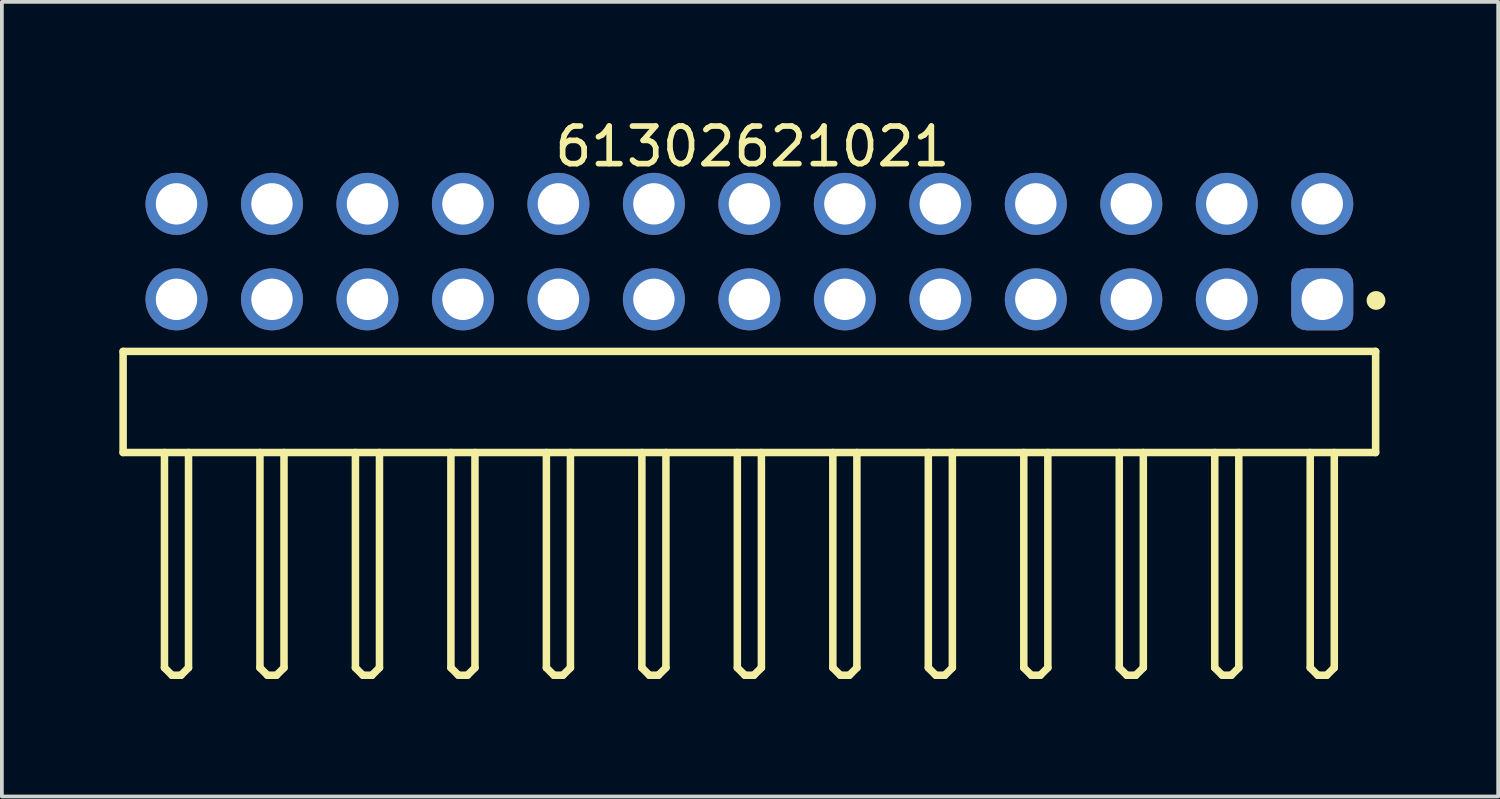
<source format=kicad_pcb>
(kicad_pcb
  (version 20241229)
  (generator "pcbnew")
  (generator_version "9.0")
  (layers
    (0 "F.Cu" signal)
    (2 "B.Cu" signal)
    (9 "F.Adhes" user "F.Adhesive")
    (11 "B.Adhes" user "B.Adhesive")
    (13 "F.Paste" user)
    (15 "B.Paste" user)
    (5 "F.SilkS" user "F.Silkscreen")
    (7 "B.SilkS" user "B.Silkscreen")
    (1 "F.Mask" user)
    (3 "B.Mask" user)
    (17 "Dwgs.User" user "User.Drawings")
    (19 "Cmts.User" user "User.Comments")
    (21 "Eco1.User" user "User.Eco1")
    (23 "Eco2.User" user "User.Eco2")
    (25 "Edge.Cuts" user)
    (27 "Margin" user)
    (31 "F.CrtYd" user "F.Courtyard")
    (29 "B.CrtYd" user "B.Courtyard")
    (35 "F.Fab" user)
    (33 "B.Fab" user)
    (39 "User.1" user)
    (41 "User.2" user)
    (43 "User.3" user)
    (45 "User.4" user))
  (footprint "61302621021"
    (layer "F.Cu")
    (at 16.885 7.643)
    (property "Reference" "61302621021" (at 0.08 -6.795 0) (layer "F.SilkS") (effects (font (size 1 1) (thickness 0.15))))
    (fp_line (start -16.66 -1.345) (end 16.66 -1.345) (stroke (width 0.2) (type solid)) (layer "F.SilkS"))
    (fp_line (start -16.66 1.345) (end -16.66 -1.345) (stroke (width 0.2) (type solid)) (layer "F.SilkS"))
    (fp_line (start -16.66 1.345) (end 16.66 1.345) (stroke (width 0.2) (type solid)) (layer "F.SilkS"))
    (fp_line (start -15.56 7.07) (end -15.56 1.345) (stroke (width 0.2) (type solid)) (layer "F.SilkS"))
    (fp_line (start -15.56 7.07) (end -15.36 7.27) (stroke (width 0.2) (type solid)) (layer "F.SilkS"))
    (fp_line (start -15.36 7.27) (end -15.12 7.27) (stroke (width 0.2) (type solid)) (layer "F.SilkS"))
    (fp_line (start -15.12 7.27) (end -14.92 7.07) (stroke (width 0.2) (type solid)) (layer "F.SilkS"))
    (fp_line (start -14.92 7.07) (end -14.92 1.345) (stroke (width 0.2) (type solid)) (layer "F.SilkS"))
    (fp_line (start -13.02 7.07) (end -13.02 1.345) (stroke (width 0.2) (type solid)) (layer "F.SilkS"))
    (fp_line (start -13.02 7.07) (end -12.82 7.27) (stroke (width 0.2) (type solid)) (layer "F.SilkS"))
    (fp_line (start -12.82 7.27) (end -12.58 7.27) (stroke (width 0.2) (type solid)) (layer "F.SilkS"))
    (fp_line (start -12.58 7.27) (end -12.38 7.07) (stroke (width 0.2) (type solid)) (layer "F.SilkS"))
    (fp_line (start -12.38 7.07) (end -12.38 1.345) (stroke (width 0.2) (type solid)) (layer "F.SilkS"))
    (fp_line (start -10.48 7.07) (end -10.48 1.345) (stroke (width 0.2) (type solid)) (layer "F.SilkS"))
    (fp_line (start -10.48 7.07) (end -10.28 7.27) (stroke (width 0.2) (type solid)) (layer "F.SilkS"))
    (fp_line (start -10.28 7.27) (end -10.04 7.27) (stroke (width 0.2) (type solid)) (layer "F.SilkS"))
    (fp_line (start -10.04 7.27) (end -9.84 7.07) (stroke (width 0.2) (type solid)) (layer "F.SilkS"))
    (fp_line (start -9.84 7.07) (end -9.84 1.345) (stroke (width 0.2) (type solid)) (layer "F.SilkS"))
    (fp_line (start -7.94 7.07) (end -7.94 1.345) (stroke (width 0.2) (type solid)) (layer "F.SilkS"))
    (fp_line (start -7.94 7.07) (end -7.74 7.27) (stroke (width 0.2) (type solid)) (layer "F.SilkS"))
    (fp_line (start -7.74 7.27) (end -7.5 7.27) (stroke (width 0.2) (type solid)) (layer "F.SilkS"))
    (fp_line (start -7.5 7.27) (end -7.3 7.07) (stroke (width 0.2) (type solid)) (layer "F.SilkS"))
    (fp_line (start -7.3 7.07) (end -7.3 1.345) (stroke (width 0.2) (type solid)) (layer "F.SilkS"))
    (fp_line (start -5.4 7.07) (end -5.4 1.345) (stroke (width 0.2) (type solid)) (layer "F.SilkS"))
    (fp_line (start -5.4 7.07) (end -5.2 7.27) (stroke (width 0.2) (type solid)) (layer "F.SilkS"))
    (fp_line (start -5.2 7.27) (end -4.96 7.27) (stroke (width 0.2) (type solid)) (layer "F.SilkS"))
    (fp_line (start -4.96 7.27) (end -4.76 7.07) (stroke (width 0.2) (type solid)) (layer "F.SilkS"))
    (fp_line (start -4.76 7.07) (end -4.76 1.345) (stroke (width 0.2) (type solid)) (layer "F.SilkS"))
    (fp_line (start -2.86 7.07) (end -2.86 1.345) (stroke (width 0.2) (type solid)) (layer "F.SilkS"))
    (fp_line (start -2.86 7.07) (end -2.66 7.27) (stroke (width 0.2) (type solid)) (layer "F.SilkS"))
    (fp_line (start -2.66 7.27) (end -2.42 7.27) (stroke (width 0.2) (type solid)) (layer "F.SilkS"))
    (fp_line (start -2.42 7.27) (end -2.22 7.07) (stroke (width 0.2) (type solid)) (layer "F.SilkS"))
    (fp_line (start -2.22 7.07) (end -2.22 1.345) (stroke (width 0.2) (type solid)) (layer "F.SilkS"))
    (fp_line (start -0.32 7.07) (end -0.32 1.345) (stroke (width 0.2) (type solid)) (layer "F.SilkS"))
    (fp_line (start -0.32 7.07) (end -0.12 7.27) (stroke (width 0.2) (type solid)) (layer "F.SilkS"))
    (fp_line (start -0.12 7.27) (end 0.12 7.27) (stroke (width 0.2) (type solid)) (layer "F.SilkS"))
    (fp_line (start 0.12 7.27) (end 0.32 7.07) (stroke (width 0.2) (type solid)) (layer "F.SilkS"))
    (fp_line (start 0.32 7.07) (end 0.32 1.345) (stroke (width 0.2) (type solid)) (layer "F.SilkS"))
    (fp_line (start 2.22 7.07) (end 2.22 1.345) (stroke (width 0.2) (type solid)) (layer "F.SilkS"))
    (fp_line (start 2.22 7.07) (end 2.42 7.27) (stroke (width 0.2) (type solid)) (layer "F.SilkS"))
    (fp_line (start 2.42 7.27) (end 2.66 7.27) (stroke (width 0.2) (type solid)) (layer "F.SilkS"))
    (fp_line (start 2.66 7.27) (end 2.86 7.07) (stroke (width 0.2) (type solid)) (layer "F.SilkS"))
    (fp_line (start 2.86 7.07) (end 2.86 1.345) (stroke (width 0.2) (type solid)) (layer "F.SilkS"))
    (fp_line (start 4.76 7.07) (end 4.76 1.345) (stroke (width 0.2) (type solid)) (layer "F.SilkS"))
    (fp_line (start 4.76 7.07) (end 4.96 7.27) (stroke (width 0.2) (type solid)) (layer "F.SilkS"))
    (fp_line (start 4.96 7.27) (end 5.2 7.27) (stroke (width 0.2) (type solid)) (layer "F.SilkS"))
    (fp_line (start 5.2 7.27) (end 5.4 7.07) (stroke (width 0.2) (type solid)) (layer "F.SilkS"))
    (fp_line (start 5.4 7.07) (end 5.4 1.345) (stroke (width 0.2) (type solid)) (layer "F.SilkS"))
    (fp_line (start 7.3 7.07) (end 7.3 1.345) (stroke (width 0.2) (type solid)) (layer "F.SilkS"))
    (fp_line (start 7.3 7.07) (end 7.5 7.27) (stroke (width 0.2) (type solid)) (layer "F.SilkS"))
    (fp_line (start 7.5 7.27) (end 7.74 7.27) (stroke (width 0.2) (type solid)) (layer "F.SilkS"))
    (fp_line (start 7.74 7.27) (end 7.94 7.07) (stroke (width 0.2) (type solid)) (layer "F.SilkS"))
    (fp_line (start 7.94 7.07) (end 7.94 1.345) (stroke (width 0.2) (type solid)) (layer "F.SilkS"))
    (fp_line (start 9.84 7.07) (end 9.84 1.345) (stroke (width 0.2) (type solid)) (layer "F.SilkS"))
    (fp_line (start 9.84 7.07) (end 10.04 7.27) (stroke (width 0.2) (type solid)) (layer "F.SilkS"))
    (fp_line (start 10.04 7.27) (end 10.28 7.27) (stroke (width 0.2) (type solid)) (layer "F.SilkS"))
    (fp_line (start 10.28 7.27) (end 10.48 7.07) (stroke (width 0.2) (type solid)) (layer "F.SilkS"))
    (fp_line (start 10.48 7.07) (end 10.48 1.345) (stroke (width 0.2) (type solid)) (layer "F.SilkS"))
    (fp_line (start 12.38 7.07) (end 12.38 1.345) (stroke (width 0.2) (type solid)) (layer "F.SilkS"))
    (fp_line (start 12.38 7.07) (end 12.58 7.27) (stroke (width 0.2) (type solid)) (layer "F.SilkS"))
    (fp_line (start 12.58 7.27) (end 12.82 7.27) (stroke (width 0.2) (type solid)) (layer "F.SilkS"))
    (fp_line (start 12.82 7.27) (end 13.02 7.07) (stroke (width 0.2) (type solid)) (layer "F.SilkS"))
    (fp_line (start 13.02 7.07) (end 13.02 1.345) (stroke (width 0.2) (type solid)) (layer "F.SilkS"))
    (fp_line (start 14.92 7.07) (end 14.92 1.345) (stroke (width 0.2) (type solid)) (layer "F.SilkS"))
    (fp_line (start 14.92 7.07) (end 15.12 7.27) (stroke (width 0.2) (type solid)) (layer "F.SilkS"))
    (fp_line (start 15.12 7.27) (end 15.36 7.27) (stroke (width 0.2) (type solid)) (layer "F.SilkS"))
    (fp_line (start 15.36 7.27) (end 15.56 7.07) (stroke (width 0.2) (type solid)) (layer "F.SilkS"))
    (fp_line (start 15.56 7.07) (end 15.56 1.345) (stroke (width 0.2) (type solid)) (layer "F.SilkS"))
    (fp_line (start 16.66 1.345) (end 16.66 -1.345) (stroke (width 0.2) (type solid)) (layer "F.SilkS"))
    (fp_circle (center 16.67 -2.7) (end 16.67 -2.825) (stroke (width 0.25) (type solid)) (fill no) (layer "F.SilkS"))
    (fp_line (start -16.86 -6.295) (end 16.86 -6.295) (stroke (width 0.05) (type solid)) (layer "Eco2.User"))
    (fp_line (start -16.86 7.47) (end -16.86 -6.295) (stroke (width 0.05) (type solid)) (layer "Eco2.User"))
    (fp_line (start -16.86 7.47) (end 16.86 7.47) (stroke (width 0.05) (type solid)) (layer "Eco2.User"))
    (fp_line (start -16.51 -1.27) (end 16.51 -1.27) (stroke (width 0.1) (type solid)) (layer "Eco2.User"))
    (fp_line (start -16.51 1.27) (end -16.51 -1.27) (stroke (width 0.1) (type solid)) (layer "Eco2.User"))
    (fp_line (start -16.51 1.27) (end 16.51 1.27) (stroke (width 0.1) (type solid)) (layer "Eco2.User"))
    (fp_line (start -15.56 -5.63) (end -14.92 -5.63) (stroke (width 0.1) (type solid)) (layer "Eco2.User"))
    (fp_line (start -15.56 -3.09) (end -14.92 -3.09) (stroke (width 0.1) (type solid)) (layer "Eco2.User"))
    (fp_line (start -15.56 -1.27) (end -15.56 -5.63) (stroke (width 0.1) (type solid)) (layer "Eco2.User"))
    (fp_line (start -15.56 7.07) (end -15.56 1.27) (stroke (width 0.1) (type solid)) (layer "Eco2.User"))
    (fp_line (start -15.56 7.07) (end -15.36 7.27) (stroke (width 0.1) (type solid)) (layer "Eco2.User"))
    (fp_line (start -15.36 7.27) (end -15.12 7.27) (stroke (width 0.1) (type solid)) (layer "Eco2.User"))
    (fp_line (start -15.12 7.27) (end -14.92 7.07) (stroke (width 0.1) (type solid)) (layer "Eco2.User"))
    (fp_line (start -14.92 -1.27) (end -14.92 -5.63) (stroke (width 0.1) (type solid)) (layer "Eco2.User"))
    (fp_line (start -14.92 7.07) (end -14.92 1.27) (stroke (width 0.1) (type solid)) (layer "Eco2.User"))
    (fp_line (start -13.02 -5.63) (end -12.38 -5.63) (stroke (width 0.1) (type solid)) (layer "Eco2.User"))
    (fp_line (start -13.02 -3.09) (end -12.38 -3.09) (stroke (width 0.1) (type solid)) (layer "Eco2.User"))
    (fp_line (start -13.02 -1.27) (end -13.02 -5.63) (stroke (width 0.1) (type solid)) (layer "Eco2.User"))
    (fp_line (start -13.02 7.07) (end -13.02 1.27) (stroke (width 0.1) (type solid)) (layer "Eco2.User"))
    (fp_line (start -13.02 7.07) (end -12.82 7.27) (stroke (width 0.1) (type solid)) (layer "Eco2.User"))
    (fp_line (start -12.82 7.27) (end -12.58 7.27) (stroke (width 0.1) (type solid)) (layer "Eco2.User"))
    (fp_line (start -12.58 7.27) (end -12.38 7.07) (stroke (width 0.1) (type solid)) (layer "Eco2.User"))
    (fp_line (start -12.38 -1.27) (end -12.38 -5.63) (stroke (width 0.1) (type solid)) (layer "Eco2.User"))
    (fp_line (start -12.38 7.07) (end -12.38 1.27) (stroke (width 0.1) (type solid)) (layer "Eco2.User"))
    (fp_line (start -10.48 -5.63) (end -9.84 -5.63) (stroke (width 0.1) (type solid)) (layer "Eco2.User"))
    (fp_line (start -10.48 -3.09) (end -9.84 -3.09) (stroke (width 0.1) (type solid)) (layer "Eco2.User"))
    (fp_line (start -10.48 -1.27) (end -10.48 -5.63) (stroke (width 0.1) (type solid)) (layer "Eco2.User"))
    (fp_line (start -10.48 7.07) (end -10.48 1.27) (stroke (width 0.1) (type solid)) (layer "Eco2.User"))
    (fp_line (start -10.48 7.07) (end -10.28 7.27) (stroke (width 0.1) (type solid)) (layer "Eco2.User"))
    (fp_line (start -10.28 7.27) (end -10.04 7.27) (stroke (width 0.1) (type solid)) (layer "Eco2.User"))
    (fp_line (start -10.04 7.27) (end -9.84 7.07) (stroke (width 0.1) (type solid)) (layer "Eco2.User"))
    (fp_line (start -9.84 -1.27) (end -9.84 -5.63) (stroke (width 0.1) (type solid)) (layer "Eco2.User"))
    (fp_line (start -9.84 7.07) (end -9.84 1.27) (stroke (width 0.1) (type solid)) (layer "Eco2.User"))
    (fp_line (start -7.94 -5.63) (end -7.3 -5.63) (stroke (width 0.1) (type solid)) (layer "Eco2.User"))
    (fp_line (start -7.94 -3.09) (end -7.3 -3.09) (stroke (width 0.1) (type solid)) (layer "Eco2.User"))
    (fp_line (start -7.94 -1.27) (end -7.94 -5.63) (stroke (width 0.1) (type solid)) (layer "Eco2.User"))
    (fp_line (start -7.94 7.07) (end -7.94 1.27) (stroke (width 0.1) (type solid)) (layer "Eco2.User"))
    (fp_line (start -7.94 7.07) (end -7.74 7.27) (stroke (width 0.1) (type solid)) (layer "Eco2.User"))
    (fp_line (start -7.74 7.27) (end -7.5 7.27) (stroke (width 0.1) (type solid)) (layer "Eco2.User"))
    (fp_line (start -7.5 7.27) (end -7.3 7.07) (stroke (width 0.1) (type solid)) (layer "Eco2.User"))
    (fp_line (start -7.3 -1.27) (end -7.3 -5.63) (stroke (width 0.1) (type solid)) (layer "Eco2.User"))
    (fp_line (start -7.3 7.07) (end -7.3 1.27) (stroke (width 0.1) (type solid)) (layer "Eco2.User"))
    (fp_line (start -5.4 -5.63) (end -4.76 -5.63) (stroke (width 0.1) (type solid)) (layer "Eco2.User"))
    (fp_line (start -5.4 -3.09) (end -4.76 -3.09) (stroke (width 0.1) (type solid)) (layer "Eco2.User"))
    (fp_line (start -5.4 -1.27) (end -5.4 -5.63) (stroke (width 0.1) (type solid)) (layer "Eco2.User"))
    (fp_line (start -5.4 7.07) (end -5.4 1.27) (stroke (width 0.1) (type solid)) (layer "Eco2.User"))
    (fp_line (start -5.4 7.07) (end -5.2 7.27) (stroke (width 0.1) (type solid)) (layer "Eco2.User"))
    (fp_line (start -5.2 7.27) (end -4.96 7.27) (stroke (width 0.1) (type solid)) (layer "Eco2.User"))
    (fp_line (start -4.96 7.27) (end -4.76 7.07) (stroke (width 0.1) (type solid)) (layer "Eco2.User"))
    (fp_line (start -4.76 -1.27) (end -4.76 -5.63) (stroke (width 0.1) (type solid)) (layer "Eco2.User"))
    (fp_line (start -4.76 7.07) (end -4.76 1.27) (stroke (width 0.1) (type solid)) (layer "Eco2.User"))
    (fp_line (start -2.86 -5.63) (end -2.22 -5.63) (stroke (width 0.1) (type solid)) (layer "Eco2.User"))
    (fp_line (start -2.86 -3.09) (end -2.22 -3.09) (stroke (width 0.1) (type solid)) (layer "Eco2.User"))
    (fp_line (start -2.86 -1.27) (end -2.86 -5.63) (stroke (width 0.1) (type solid)) (layer "Eco2.User"))
    (fp_line (start -2.86 7.07) (end -2.86 1.27) (stroke (width 0.1) (type solid)) (layer "Eco2.User"))
    (fp_line (start -2.86 7.07) (end -2.66 7.27) (stroke (width 0.1) (type solid)) (layer "Eco2.User"))
    (fp_line (start -2.66 7.27) (end -2.42 7.27) (stroke (width 0.1) (type solid)) (layer "Eco2.User"))
    (fp_line (start -2.42 7.27) (end -2.22 7.07) (stroke (width 0.1) (type solid)) (layer "Eco2.User"))
    (fp_line (start -2.22 -1.27) (end -2.22 -5.63) (stroke (width 0.1) (type solid)) (layer "Eco2.User"))
    (fp_line (start -2.22 7.07) (end -2.22 1.27) (stroke (width 0.1) (type solid)) (layer "Eco2.User"))
    (fp_line (start -0.5 0) (end 0.5 0) (stroke (width 0.05) (type solid)) (layer "Eco2.User"))
    (fp_line (start -0.32 -5.63) (end 0.32 -5.63) (stroke (width 0.1) (type solid)) (layer "Eco2.User"))
    (fp_line (start -0.32 -3.09) (end 0.32 -3.09) (stroke (width 0.1) (type solid)) (layer "Eco2.User"))
    (fp_line (start -0.32 -3.09) (end 0.32 -3.09) (stroke (width 0.1) (type solid)) (layer "Eco2.User"))
    (fp_line (start -0.32 -1.27) (end -0.32 -5.63) (stroke (width 0.1) (type solid)) (layer "Eco2.User"))
    (fp_line (start -0.32 7.07) (end -0.32 1.27) (stroke (width 0.1) (type solid)) (layer "Eco2.User"))
    (fp_line (start -0.32 7.07) (end -0.12 7.27) (stroke (width 0.1) (type solid)) (layer "Eco2.User"))
    (fp_line (start -0.12 7.27) (end 0.12 7.27) (stroke (width 0.1) (type solid)) (layer "Eco2.User"))
    (fp_line (start 0 0.5) (end 0 -0.5) (stroke (width 0.05) (type solid)) (layer "Eco2.User"))
    (fp_line (start 0.12 7.27) (end 0.32 7.07) (stroke (width 0.1) (type solid)) (layer "Eco2.User"))
    (fp_line (start 0.32 -1.27) (end 0.32 -5.63) (stroke (width 0.1) (type solid)) (layer "Eco2.User"))
    (fp_line (start 0.32 7.07) (end 0.32 1.27) (stroke (width 0.1) (type solid)) (layer "Eco2.User"))
    (fp_line (start 2.22 -5.63) (end 2.86 -5.63) (stroke (width 0.1) (type solid)) (layer "Eco2.User"))
    (fp_line (start 2.22 -3.09) (end 2.86 -3.09) (stroke (width 0.1) (type solid)) (layer "Eco2.User"))
    (fp_line (start 2.22 -1.27) (end 2.22 -5.63) (stroke (width 0.1) (type solid)) (layer "Eco2.User"))
    (fp_line (start 2.22 7.07) (end 2.22 1.27) (stroke (width 0.1) (type solid)) (layer "Eco2.User"))
    (fp_line (start 2.22 7.07) (end 2.42 7.27) (stroke (width 0.1) (type solid)) (layer "Eco2.User"))
    (fp_line (start 2.42 7.27) (end 2.66 7.27) (stroke (width 0.1) (type solid)) (layer "Eco2.User"))
    (fp_line (start 2.66 7.27) (end 2.86 7.07) (stroke (width 0.1) (type solid)) (layer "Eco2.User"))
    (fp_line (start 2.86 -1.27) (end 2.86 -5.63) (stroke (width 0.1) (type solid)) (layer "Eco2.User"))
    (fp_line (start 2.86 7.07) (end 2.86 1.27) (stroke (width 0.1) (type solid)) (layer "Eco2.User"))
    (fp_line (start 4.76 -5.63) (end 5.4 -5.63) (stroke (width 0.1) (type solid)) (layer "Eco2.User"))
    (fp_line (start 4.76 -3.09) (end 5.4 -3.09) (stroke (width 0.1) (type solid)) (layer "Eco2.User"))
    (fp_line (start 4.76 -1.27) (end 4.76 -5.63) (stroke (width 0.1) (type solid)) (layer "Eco2.User"))
    (fp_line (start 4.76 7.07) (end 4.76 1.27) (stroke (width 0.1) (type solid)) (layer "Eco2.User"))
    (fp_line (start 4.76 7.07) (end 4.96 7.27) (stroke (width 0.1) (type solid)) (layer "Eco2.User"))
    (fp_line (start 4.96 7.27) (end 5.2 7.27) (stroke (width 0.1) (type solid)) (layer "Eco2.User"))
    (fp_line (start 5.2 7.27) (end 5.4 7.07) (stroke (width 0.1) (type solid)) (layer "Eco2.User"))
    (fp_line (start 5.4 -1.27) (end 5.4 -5.63) (stroke (width 0.1) (type solid)) (layer "Eco2.User"))
    (fp_line (start 5.4 7.07) (end 5.4 1.27) (stroke (width 0.1) (type solid)) (layer "Eco2.User"))
    (fp_line (start 7.3 -5.63) (end 7.94 -5.63) (stroke (width 0.1) (type solid)) (layer "Eco2.User"))
    (fp_line (start 7.3 -3.09) (end 7.94 -3.09) (stroke (width 0.1) (type solid)) (layer "Eco2.User"))
    (fp_line (start 7.3 -1.27) (end 7.3 -5.63) (stroke (width 0.1) (type solid)) (layer "Eco2.User"))
    (fp_line (start 7.3 7.07) (end 7.3 1.27) (stroke (width 0.1) (type solid)) (layer "Eco2.User"))
    (fp_line (start 7.3 7.07) (end 7.5 7.27) (stroke (width 0.1) (type solid)) (layer "Eco2.User"))
    (fp_line (start 7.5 7.27) (end 7.74 7.27) (stroke (width 0.1) (type solid)) (layer "Eco2.User"))
    (fp_line (start 7.74 7.27) (end 7.94 7.07) (stroke (width 0.1) (type solid)) (layer "Eco2.User"))
    (fp_line (start 7.94 -1.27) (end 7.94 -5.63) (stroke (width 0.1) (type solid)) (layer "Eco2.User"))
    (fp_line (start 7.94 7.07) (end 7.94 1.27) (stroke (width 0.1) (type solid)) (layer "Eco2.User"))
    (fp_line (start 9.84 -5.63) (end 10.48 -5.63) (stroke (width 0.1) (type solid)) (layer "Eco2.User"))
    (fp_line (start 9.84 -3.09) (end 10.48 -3.09) (stroke (width 0.1) (type solid)) (layer "Eco2.User"))
    (fp_line (start 9.84 -1.27) (end 9.84 -5.63) (stroke (width 0.1) (type solid)) (layer "Eco2.User"))
    (fp_line (start 9.84 7.07) (end 9.84 1.27) (stroke (width 0.1) (type solid)) (layer "Eco2.User"))
    (fp_line (start 9.84 7.07) (end 10.04 7.27) (stroke (width 0.1) (type solid)) (layer "Eco2.User"))
    (fp_line (start 10.04 7.27) (end 10.28 7.27) (stroke (width 0.1) (type solid)) (layer "Eco2.User"))
    (fp_line (start 10.28 7.27) (end 10.48 7.07) (stroke (width 0.1) (type solid)) (layer "Eco2.User"))
    (fp_line (start 10.48 -1.27) (end 10.48 -5.63) (stroke (width 0.1) (type solid)) (layer "Eco2.User"))
    (fp_line (start 10.48 7.07) (end 10.48 1.27) (stroke (width 0.1) (type solid)) (layer "Eco2.User"))
    (fp_line (start 12.38 -5.63) (end 13.02 -5.63) (stroke (width 0.1) (type solid)) (layer "Eco2.User"))
    (fp_line (start 12.38 -3.09) (end 13.02 -3.09) (stroke (width 0.1) (type solid)) (layer "Eco2.User"))
    (fp_line (start 12.38 -1.27) (end 12.38 -5.63) (stroke (width 0.1) (type solid)) (layer "Eco2.User"))
    (fp_line (start 12.38 7.07) (end 12.38 1.27) (stroke (width 0.1) (type solid)) (layer "Eco2.User"))
    (fp_line (start 12.38 7.07) (end 12.58 7.27) (stroke (width 0.1) (type solid)) (layer "Eco2.User"))
    (fp_line (start 12.58 7.27) (end 12.82 7.27) (stroke (width 0.1) (type solid)) (layer "Eco2.User"))
    (fp_line (start 12.82 7.27) (end 13.02 7.07) (stroke (width 0.1) (type solid)) (layer "Eco2.User"))
    (fp_line (start 13.02 -1.27) (end 13.02 -5.63) (stroke (width 0.1) (type solid)) (layer "Eco2.User"))
    (fp_line (start 13.02 7.07) (end 13.02 1.27) (stroke (width 0.1) (type solid)) (layer "Eco2.User"))
    (fp_line (start 14.92 -5.63) (end 15.56 -5.63) (stroke (width 0.1) (type solid)) (layer "Eco2.User"))
    (fp_line (start 14.92 -3.09) (end 15.56 -3.09) (stroke (width 0.1) (type solid)) (layer "Eco2.User"))
    (fp_line (start 14.92 -1.27) (end 14.92 -5.63) (stroke (width 0.1) (type solid)) (layer "Eco2.User"))
    (fp_line (start 14.92 7.07) (end 14.92 1.27) (stroke (width 0.1) (type solid)) (layer "Eco2.User"))
    (fp_line (start 14.92 7.07) (end 15.12 7.27) (stroke (width 0.1) (type solid)) (layer "Eco2.User"))
    (fp_line (start 15.12 7.27) (end 15.36 7.27) (stroke (width 0.1) (type solid)) (layer "Eco2.User"))
    (fp_line (start 15.36 7.27) (end 15.56 7.07) (stroke (width 0.1) (type solid)) (layer "Eco2.User"))
    (fp_line (start 15.56 -1.27) (end 15.56 -5.63) (stroke (width 0.1) (type solid)) (layer "Eco2.User"))
    (fp_line (start 15.56 7.07) (end 15.56 1.27) (stroke (width 0.1) (type solid)) (layer "Eco2.User"))
    (fp_line (start 16.51 1.27) (end 16.51 -1.27) (stroke (width 0.1) (type solid)) (layer "Eco2.User"))
    (fp_line (start 16.86 7.47) (end 16.86 -6.295) (stroke (width 0.05) (type solid)) (layer "Eco2.User"))
    (fp_text user "${REFERENCE}" (at 0.15 -0.197 0) (unlocked yes) (layer "User.3") (effects (font (size 1.5 1.5) (thickness 0.15))))
    (pad "1" thru_hole roundrect (at 15.24 -2.73) (size 1.65 1.65) (drill 1.1) (layers "*.Cu" "*.Mask") (roundrect_rratio 0.25))
    (pad "2" thru_hole circle (at 15.24 -5.27) (size 1.65 1.65) (drill 1.1) (layers "*.Cu" "*.Mask"))
    (pad "3" thru_hole circle (at 12.7 -2.73) (size 1.65 1.65) (drill 1.1) (layers "*.Cu" "*.Mask"))
    (pad "4" thru_hole circle (at 12.7 -5.27) (size 1.65 1.65) (drill 1.1) (layers "*.Cu" "*.Mask"))
    (pad "5" thru_hole circle (at 10.16 -2.73) (size 1.65 1.65) (drill 1.1) (layers "*.Cu" "*.Mask"))
    (pad "6" thru_hole circle (at 10.16 -5.27) (size 1.65 1.65) (drill 1.1) (layers "*.Cu" "*.Mask"))
    (pad "7" thru_hole circle (at 7.62 -2.73) (size 1.65 1.65) (drill 1.1) (layers "*.Cu" "*.Mask"))
    (pad "8" thru_hole circle (at 7.62 -5.27) (size 1.65 1.65) (drill 1.1) (layers "*.Cu" "*.Mask"))
    (pad "9" thru_hole circle (at 5.08 -2.73) (size 1.65 1.65) (drill 1.1) (layers "*.Cu" "*.Mask"))
    (pad "10" thru_hole circle (at 5.08 -5.27) (size 1.65 1.65) (drill 1.1) (layers "*.Cu" "*.Mask"))
    (pad "11" thru_hole circle (at 2.54 -2.73) (size 1.65 1.65) (drill 1.1) (layers "*.Cu" "*.Mask"))
    (pad "12" thru_hole circle (at 2.54 -5.27) (size 1.65 1.65) (drill 1.1) (layers "*.Cu" "*.Mask"))
    (pad "13" thru_hole circle (at 0 -2.73) (size 1.65 1.65) (drill 1.1) (layers "*.Cu" "*.Mask"))
    (pad "14" thru_hole circle (at 0 -5.27) (size 1.65 1.65) (drill 1.1) (layers "*.Cu" "*.Mask"))
    (pad "15" thru_hole circle (at -2.54 -2.73) (size 1.65 1.65) (drill 1.1) (layers "*.Cu" "*.Mask"))
    (pad "16" thru_hole circle (at -2.54 -5.27) (size 1.65 1.65) (drill 1.1) (layers "*.Cu" "*.Mask"))
    (pad "17" thru_hole circle (at -5.08 -2.73) (size 1.65 1.65) (drill 1.1) (layers "*.Cu" "*.Mask"))
    (pad "18" thru_hole circle (at -5.08 -5.27) (size 1.65 1.65) (drill 1.1) (layers "*.Cu" "*.Mask"))
    (pad "19" thru_hole circle (at -7.62 -2.73) (size 1.65 1.65) (drill 1.1) (layers "*.Cu" "*.Mask"))
    (pad "20" thru_hole circle (at -7.62 -5.27) (size 1.65 1.65) (drill 1.1) (layers "*.Cu" "*.Mask"))
    (pad "21" thru_hole circle (at -10.16 -2.73) (size 1.65 1.65) (drill 1.1) (layers "*.Cu" "*.Mask"))
    (pad "22" thru_hole circle (at -10.16 -5.27) (size 1.65 1.65) (drill 1.1) (layers "*.Cu" "*.Mask"))
    (pad "23" thru_hole circle (at -12.7 -2.73) (size 1.65 1.65) (drill 1.1) (layers "*.Cu" "*.Mask"))
    (pad "24" thru_hole circle (at -12.7 -5.27) (size 1.65 1.65) (drill 1.1) (layers "*.Cu" "*.Mask"))
    (pad "25" thru_hole circle (at -15.24 -2.73) (size 1.65 1.65) (drill 1.1) (layers "*.Cu" "*.Mask"))
    (pad "26" thru_hole circle (at -15.24 -5.27) (size 1.65 1.65) (drill 1.1) (layers "*.Cu" "*.Mask")))
  (gr_rect
    (start -3 -3)
    (end 36.805 18.138)
    (stroke (width 0.1) (type default))
    (fill no)
    (layer "Edge.Cuts")))
</source>
